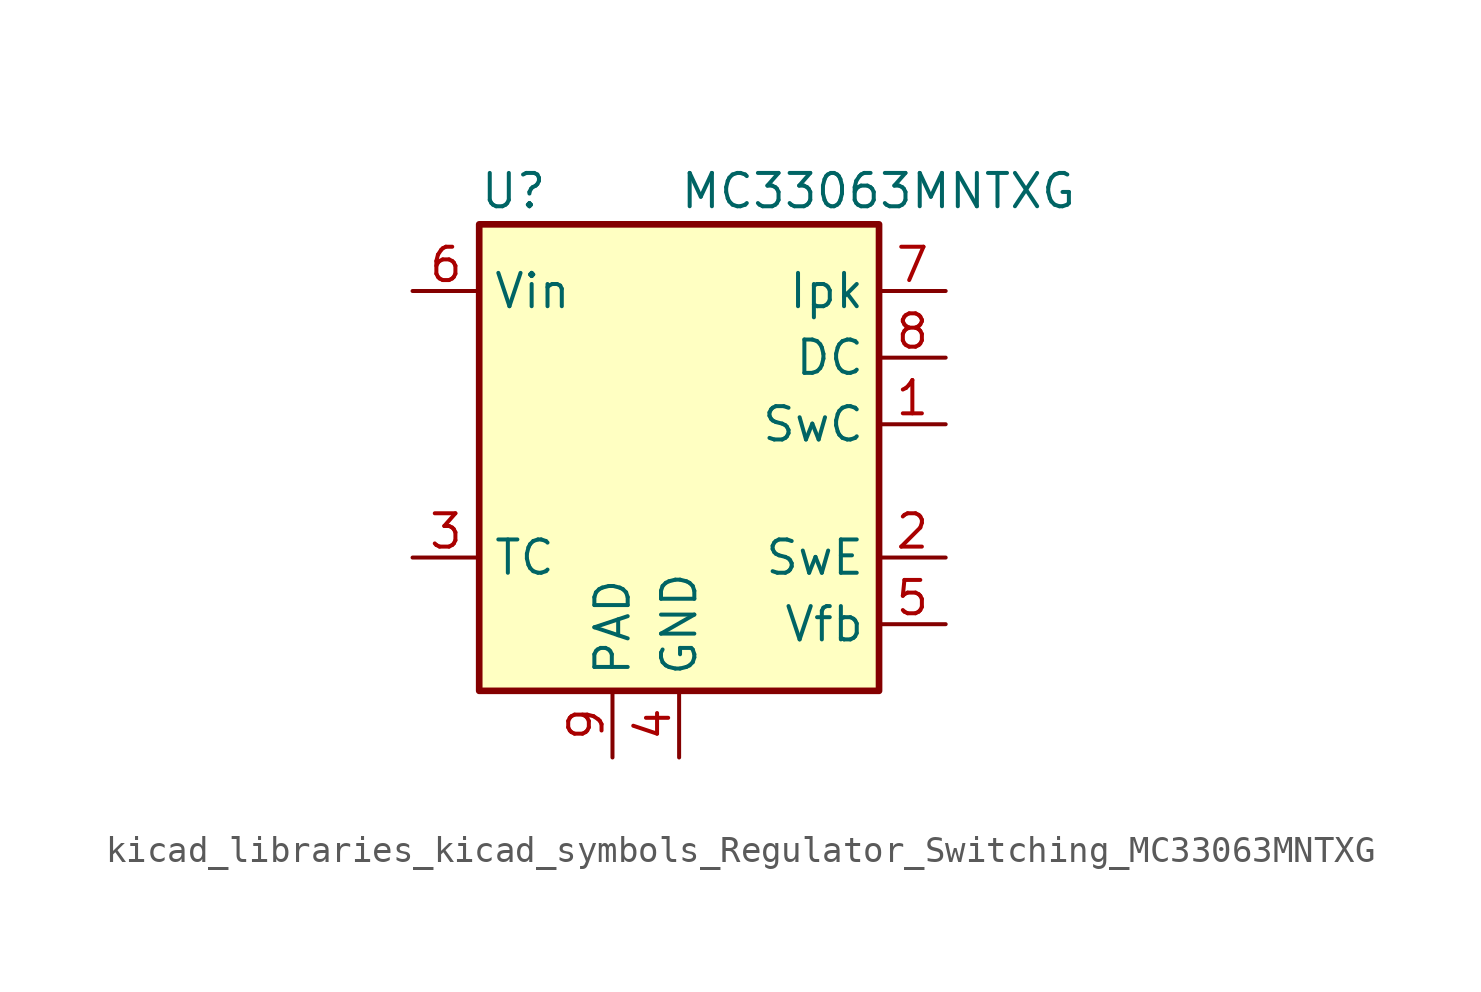
<source format=kicad_sym>
(kicad_symbol_lib
  (version 20220914)
  (generator kicad_symbol_editor)
  (symbol "kicad_libraries_kicad_symbols_Regulator_Switching_MC33063MNTXG"
    (property "Reference" "U"
      (at -7.62 8.89 0)
      (effects (font (size 1.27 1.27)) (justify left)))
    (property "Value" "MC33063MNTXG"
      (at 0 8.89 0)
      (effects (font (size 1.27 1.27)) (justify left)))
    (symbol "kicad_libraries_kicad_symbols_Regulator_Switching_MC33063MNTXG_0_1"
      (rectangle (start -7.62 7.62) (end 7.62 -10.16) (stroke (width 0.254) (type default)) (fill (type background))))
    (symbol "kicad_libraries_kicad_symbols_Regulator_Switching_MC33063MNTXG_1_1"
      (pin open_collector line (at 10.16 0 180) (length 2.54) (name "SwC" (effects (font (size 1.27 1.27)))) (number "1" (effects (font (size 1.27 1.27)))))
      (pin open_emitter line (at 10.16 -5.08 180) (length 2.54) (name "SwE" (effects (font (size 1.27 1.27)))) (number "2" (effects (font (size 1.27 1.27)))))
      (pin passive line (at -10.16 -5.08 0) (length 2.54) (name "TC" (effects (font (size 1.27 1.27)))) (number "3" (effects (font (size 1.27 1.27)))))
      (pin power_in line (at 0 -12.7 90) (length 2.54) (name "GND" (effects (font (size 1.27 1.27)))) (number "4" (effects (font (size 1.27 1.27)))))
      (pin input line (at 10.16 -7.62 180) (length 2.54) (name "Vfb" (effects (font (size 1.27 1.27)))) (number "5" (effects (font (size 1.27 1.27)))))
      (pin power_in line (at -10.16 5.08 0) (length 2.54) (name "Vin" (effects (font (size 1.27 1.27)))) (number "6" (effects (font (size 1.27 1.27)))))
      (pin input line (at 10.16 5.08 180) (length 2.54) (name "Ipk" (effects (font (size 1.27 1.27)))) (number "7" (effects (font (size 1.27 1.27)))))
      (pin open_collector line (at 10.16 2.54 180) (length 2.54) (name "DC" (effects (font (size 1.27 1.27)))) (number "8" (effects (font (size 1.27 1.27)))))
      (pin passive line (at -2.54 -12.7 90) (length 2.54) (name "PAD" (effects (font (size 1.27 1.27)))) (number "9" (effects (font (size 1.27 1.27))))))))
</source>
